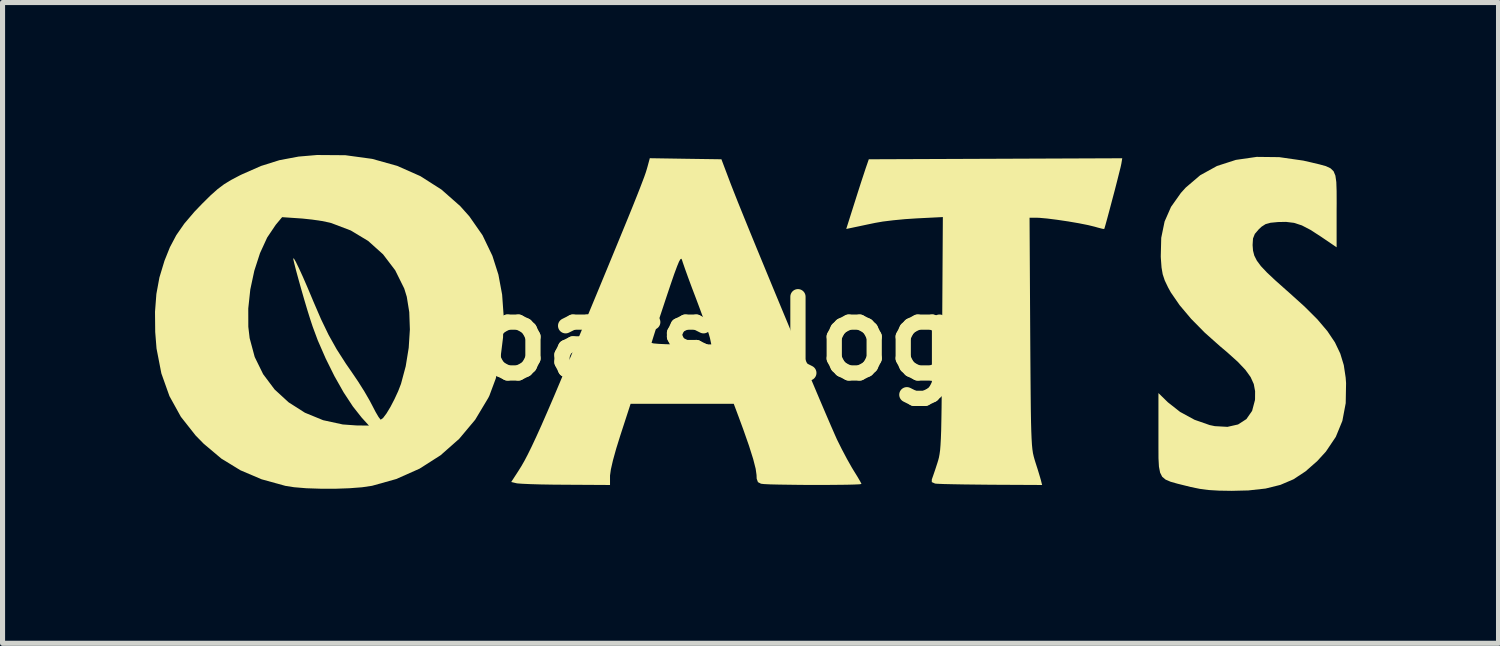
<source format=kicad_pcb>
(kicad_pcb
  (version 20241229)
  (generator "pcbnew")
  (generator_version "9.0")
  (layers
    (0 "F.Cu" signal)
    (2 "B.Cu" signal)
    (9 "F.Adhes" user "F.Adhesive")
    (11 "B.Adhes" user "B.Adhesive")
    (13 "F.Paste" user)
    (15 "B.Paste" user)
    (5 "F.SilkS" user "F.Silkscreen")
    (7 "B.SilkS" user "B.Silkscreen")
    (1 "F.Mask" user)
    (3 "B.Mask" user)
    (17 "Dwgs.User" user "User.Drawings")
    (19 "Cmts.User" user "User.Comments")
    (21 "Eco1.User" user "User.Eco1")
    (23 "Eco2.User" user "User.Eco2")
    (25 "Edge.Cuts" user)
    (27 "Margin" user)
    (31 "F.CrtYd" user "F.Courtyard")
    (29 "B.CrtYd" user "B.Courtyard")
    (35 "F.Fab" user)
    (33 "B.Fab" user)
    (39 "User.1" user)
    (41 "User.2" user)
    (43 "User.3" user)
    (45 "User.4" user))
  (footprint "oats_logo"
    (layer "F.Cu")
    (at 11.758 3.61)
    (property "Reference" "oats_logo" (at 0 0 0) (layer "F.SilkS") (effects (font (size 1.5 1.5) (thickness 0.3))))
    (attr board_only exclude_from_pos_files exclude_from_bom)
    (fp_poly (pts (xy 7.256 -3.438) (xy 7.242 -3.373) (xy 7.212 -3.253) (xy 7.172 -3.094) (xy 7.125 -2.911) (xy 7.074 -2.719) (xy 7.025 -2.534) (xy 6.981 -2.37) (xy 6.946 -2.243) (xy 6.924 -2.167) (xy 6.918 -2.154) (xy 6.881 -2.159) (xy 6.792 -2.182) (xy 6.732 -2.199) (xy 6.602 -2.231) (xy 6.421 -2.267) (xy 6.211 -2.303) (xy 5.996 -2.335) (xy 5.799 -2.36) (xy 5.643 -2.374) (xy 5.587 -2.376) (xy 5.45 -2.376) (xy 5.463 -0.107) (xy 5.466 0.371) (xy 5.469 0.777) (xy 5.472 1.119) (xy 5.475 1.402) (xy 5.479 1.635) (xy 5.484 1.822) (xy 5.49 1.971) (xy 5.497 2.089) (xy 5.506 2.181) (xy 5.517 2.256) (xy 5.531 2.318) (xy 5.547 2.376) (xy 5.565 2.435) (xy 5.565 2.435) (xy 5.612 2.582) (xy 5.651 2.711) (xy 5.675 2.793) (xy 5.675 2.795) (xy 5.697 2.883) (xy 4.689 2.878) (xy 4.412 2.875) (xy 4.157 2.872) (xy 3.936 2.868) (xy 3.759 2.864) (xy 3.64 2.859) (xy 3.591 2.855) (xy 3.526 2.826) (xy 3.527 2.773) (xy 3.552 2.703) (xy 3.592 2.586) (xy 3.635 2.454) (xy 3.652 2.399) (xy 3.667 2.342) (xy 3.679 2.277) (xy 3.69 2.198) (xy 3.698 2.098) (xy 3.705 1.971) (xy 3.711 1.809) (xy 3.715 1.608) (xy 3.719 1.359) (xy 3.722 1.057) (xy 3.725 0.695) (xy 3.728 0.266) (xy 3.73 -0.094) (xy 3.744 -2.389) (xy 3.226 -2.363) (xy 2.999 -2.348) (xy 2.77 -2.326) (xy 2.565 -2.301) (xy 2.415 -2.275) (xy 2.251 -2.241) (xy 2.097 -2.208) (xy 1.986 -2.185) (xy 1.983 -2.184) (xy 1.843 -2.155) (xy 2.011 -2.685) (xy 2.076 -2.89) (xy 2.138 -3.083) (xy 2.191 -3.243) (xy 2.227 -3.353) (xy 2.233 -3.37) (xy 2.287 -3.526) (xy 4.781 -3.536) (xy 7.274 -3.546)) (stroke (width 0) (type solid)) (fill yes) (layer "F.SilkS"))
    (fp_poly (pts (xy 10.363 -3.568) (xy 10.836 -3.5) (xy 10.985 -3.466) (xy 11.154 -3.426) (xy 11.281 -3.391) (xy 11.371 -3.349) (xy 11.432 -3.291) (xy 11.468 -3.204) (xy 11.486 -3.078) (xy 11.492 -2.902) (xy 11.493 -2.663) (xy 11.492 -2.532) (xy 11.492 -1.794) (xy 11.186 -2.002) (xy 10.979 -2.136) (xy 10.808 -2.225) (xy 10.654 -2.275) (xy 10.497 -2.294) (xy 10.338 -2.291) (xy 10.192 -2.277) (xy 10.094 -2.25) (xy 10.016 -2.2) (xy 9.962 -2.15) (xy 9.883 -2.058) (xy 9.847 -1.968) (xy 9.839 -1.843) (xy 9.839 -1.835) (xy 9.847 -1.729) (xy 9.872 -1.631) (xy 9.922 -1.532) (xy 10.002 -1.424) (xy 10.122 -1.297) (xy 10.287 -1.142) (xy 10.504 -0.949) (xy 10.544 -0.914) (xy 10.858 -0.631) (xy 11.112 -0.378) (xy 11.31 -0.145) (xy 11.459 0.077) (xy 11.564 0.297) (xy 11.633 0.524) (xy 11.67 0.769) (xy 11.678 0.879) (xy 11.671 1.273) (xy 11.605 1.622) (xy 11.476 1.936) (xy 11.281 2.226) (xy 11.112 2.411) (xy 10.88 2.615) (xy 10.643 2.771) (xy 10.385 2.881) (xy 10.094 2.953) (xy 9.756 2.99) (xy 9.429 2.998) (xy 9.176 2.994) (xy 8.975 2.982) (xy 8.8 2.959) (xy 8.624 2.923) (xy 8.536 2.901) (xy 8.359 2.857) (xy 8.225 2.819) (xy 8.127 2.777) (xy 8.06 2.721) (xy 8.019 2.64) (xy 7.996 2.522) (xy 7.987 2.358) (xy 7.986 2.136) (xy 7.986 1.88) (xy 7.986 1.074) (xy 8.171 1.255) (xy 8.412 1.445) (xy 8.697 1.6) (xy 8.995 1.704) (xy 9.095 1.725) (xy 9.344 1.739) (xy 9.553 1.692) (xy 9.717 1.586) (xy 9.829 1.425) (xy 9.885 1.214) (xy 9.887 1.191) (xy 9.888 1.037) (xy 9.862 0.897) (xy 9.8 0.76) (xy 9.697 0.617) (xy 9.545 0.457) (xy 9.338 0.271) (xy 9.198 0.153) (xy 8.898 -0.114) (xy 8.629 -0.387) (xy 8.403 -0.655) (xy 8.23 -0.906) (xy 8.175 -1.006) (xy 8.11 -1.142) (xy 8.07 -1.263) (xy 8.047 -1.397) (xy 8.034 -1.573) (xy 8.032 -1.616) (xy 8.041 -1.98) (xy 8.107 -2.301) (xy 8.234 -2.59) (xy 8.428 -2.864) (xy 8.524 -2.97) (xy 8.808 -3.212) (xy 9.138 -3.394) (xy 9.51 -3.514) (xy 9.92 -3.573)) (stroke (width 0) (type solid)) (fill yes) (layer "F.SilkS"))
    (fp_poly (pts (xy -1.318 -3.536) (xy -0.613 -3.526) (xy -0.429 -3.039) (xy -0.369 -2.886) (xy -0.285 -2.674) (xy -0.179 -2.412) (xy -0.055 -2.107) (xy 0.084 -1.768) (xy 0.235 -1.402) (xy 0.393 -1.019) (xy 0.556 -0.626) (xy 0.72 -0.232) (xy 0.881 0.156) (xy 1.037 0.528) (xy 1.184 0.878) (xy 1.318 1.195) (xy 1.437 1.474) (xy 1.536 1.704) (xy 1.612 1.878) (xy 1.659 1.984) (xy 1.753 2.173) (xy 1.856 2.368) (xy 1.952 2.538) (xy 1.987 2.596) (xy 2.062 2.717) (xy 2.117 2.811) (xy 2.142 2.86) (xy 2.143 2.862) (xy 2.106 2.869) (xy 2.004 2.874) (xy 1.849 2.878) (xy 1.654 2.88) (xy 1.432 2.882) (xy 1.194 2.882) (xy 0.955 2.881) (xy 0.726 2.878) (xy 0.52 2.875) (xy 0.349 2.871) (xy 0.227 2.865) (xy 0.166 2.858) (xy 0.166 2.858) (xy 0.106 2.827) (xy 0.081 2.76) (xy 0.078 2.686) (xy 0.061 2.564) (xy 0.012 2.372) (xy -0.07 2.112) (xy -0.185 1.784) (xy -0.279 1.529) (xy -0.37 1.286) (xy -1.385 1.286) (xy -2.4 1.286) (xy -2.602 1.907) (xy -2.684 2.17) (xy -2.747 2.397) (xy -2.788 2.576) (xy -2.805 2.697) (xy -2.805 2.706) (xy -2.805 2.883) (xy -3.672 2.878) (xy -3.93 2.876) (xy -4.167 2.872) (xy -4.371 2.866) (xy -4.527 2.859) (xy -4.624 2.852) (xy -4.644 2.849) (xy -4.749 2.824) (xy -4.61 2.61) (xy -4.55 2.514) (xy -4.487 2.404) (xy -4.419 2.274) (xy -4.343 2.119) (xy -4.256 1.933) (xy -4.156 1.712) (xy -4.041 1.449) (xy -3.907 1.138) (xy -3.754 0.775) (xy -3.577 0.353) (xy -3.466 0.087) (xy -1.987 0.087) (xy -1.95 0.097) (xy -1.849 0.106) (xy -1.697 0.113) (xy -1.507 0.116) (xy -1.399 0.117) (xy -0.812 0.117) (xy -0.839 -0.01) (xy -0.861 -0.087) (xy -0.906 -0.222) (xy -0.97 -0.401) (xy -1.046 -0.608) (xy -1.112 -0.784) (xy -1.195 -1.002) (xy -1.269 -1.202) (xy -1.329 -1.369) (xy -1.371 -1.49) (xy -1.388 -1.543) (xy -1.4 -1.569) (xy -1.418 -1.562) (xy -1.446 -1.515) (xy -1.485 -1.421) (xy -1.54 -1.273) (xy -1.612 -1.064) (xy -1.701 -0.799) (xy -1.782 -0.554) (xy -1.855 -0.334) (xy -1.914 -0.15) (xy -1.958 -0.011) (xy -1.983 0.07) (xy -1.987 0.087) (xy -3.466 0.087) (xy -3.375 -0.132) (xy -3.261 -0.409) (xy -3.047 -0.925) (xy -2.861 -1.375) (xy -2.701 -1.763) (xy -2.565 -2.094) (xy -2.45 -2.374) (xy -2.355 -2.608) (xy -2.278 -2.801) (xy -2.216 -2.958) (xy -2.168 -3.084) (xy -2.13 -3.184) (xy -2.102 -3.264) (xy -2.082 -3.329) (xy -2.067 -3.381) (xy -2.022 -3.547)) (stroke (width 0) (type solid)) (fill yes) (layer "F.SilkS"))
    (fp_poly (pts (xy -8.013 -3.606) (xy -7.485 -3.534) (xy -6.992 -3.396) (xy -6.536 -3.194) (xy -6.122 -2.93) (xy -5.753 -2.605) (xy -5.572 -2.402) (xy -5.314 -2.032) (xy -5.119 -1.626) (xy -5.001 -1.256) (xy -4.928 -0.864) (xy -4.898 -0.445) (xy -4.91 -0.018) (xy -4.962 0.4) (xy -5.053 0.788) (xy -5.18 1.129) (xy -5.202 1.172) (xy -5.458 1.599) (xy -5.773 1.975) (xy -6.139 2.298) (xy -6.553 2.562) (xy -7.009 2.765) (xy -7.488 2.899) (xy -7.685 2.928) (xy -7.935 2.947) (xy -8.216 2.957) (xy -8.505 2.956) (xy -8.781 2.947) (xy -9.021 2.927) (xy -9.189 2.901) (xy -9.66 2.771) (xy -10.076 2.594) (xy -10.452 2.364) (xy -10.799 2.072) (xy -10.958 1.91) (xy -11.249 1.541) (xy -11.474 1.134) (xy -11.633 0.687) (xy -11.728 0.198) (xy -11.754 -0.127) (xy -11.758 -0.526) (xy -11.753 -0.59) (xy -9.923 -0.59) (xy -9.922 -0.229) (xy -9.896 -0.007) (xy -9.796 0.365) (xy -9.63 0.703) (xy -9.405 1.003) (xy -9.128 1.257) (xy -8.808 1.461) (xy -8.45 1.608) (xy -8.063 1.692) (xy -7.797 1.711) (xy -7.549 1.714) (xy -7.693 1.555) (xy -7.865 1.337) (xy -8.047 1.06) (xy -8.228 0.74) (xy -8.4 0.393) (xy -8.555 0.038) (xy -8.656 -0.234) (xy -8.703 -0.376) (xy -8.759 -0.555) (xy -8.819 -0.756) (xy -8.879 -0.964) (xy -8.935 -1.164) (xy -8.983 -1.34) (xy -9.018 -1.478) (xy -9.037 -1.561) (xy -9.038 -1.575) (xy -9.024 -1.572) (xy -8.985 -1.504) (xy -8.925 -1.38) (xy -8.847 -1.21) (xy -8.756 -1) (xy -8.655 -0.76) (xy -8.647 -0.74) (xy -8.492 -0.381) (xy -8.343 -0.072) (xy -8.184 0.212) (xy -8.002 0.496) (xy -7.885 0.665) (xy -7.761 0.848) (xy -7.638 1.043) (xy -7.534 1.223) (xy -7.486 1.314) (xy -7.418 1.445) (xy -7.36 1.544) (xy -7.322 1.594) (xy -7.316 1.597) (xy -7.27 1.564) (xy -7.203 1.475) (xy -7.125 1.346) (xy -7.046 1.194) (xy -6.973 1.036) (xy -6.918 0.894) (xy -6.825 0.547) (xy -6.766 0.184) (xy -6.743 -0.177) (xy -6.755 -0.518) (xy -6.804 -0.821) (xy -6.854 -0.983) (xy -7.032 -1.342) (xy -7.271 -1.656) (xy -7.564 -1.919) (xy -7.906 -2.125) (xy -8.29 -2.271) (xy -8.324 -2.28) (xy -8.473 -2.311) (xy -8.663 -2.339) (xy -8.86 -2.36) (xy -8.904 -2.363) (xy -9.257 -2.387) (xy -9.383 -2.236) (xy -9.551 -1.986) (xy -9.692 -1.679) (xy -9.804 -1.333) (xy -9.883 -0.964) (xy -9.923 -0.59) (xy -11.753 -0.59) (xy -11.731 -0.876) (xy -11.671 -1.201) (xy -11.573 -1.525) (xy -11.573 -1.526) (xy -11.465 -1.795) (xy -11.339 -2.033) (xy -11.182 -2.259) (xy -10.981 -2.495) (xy -10.829 -2.653) (xy -10.663 -2.817) (xy -10.527 -2.938) (xy -10.401 -3.033) (xy -10.263 -3.118) (xy -10.091 -3.208) (xy -10.05 -3.228) (xy -9.673 -3.394) (xy -9.311 -3.508) (xy -8.933 -3.579) (xy -8.571 -3.61)) (stroke (width 0) (type solid)) (fill yes) (layer "F.SilkS")))
  (gr_rect
    (start -3 -3)
    (end 26.436 9.608)
    (stroke (width 0.1) (type default))
    (fill no)
    (layer "Edge.Cuts")))
</source>
